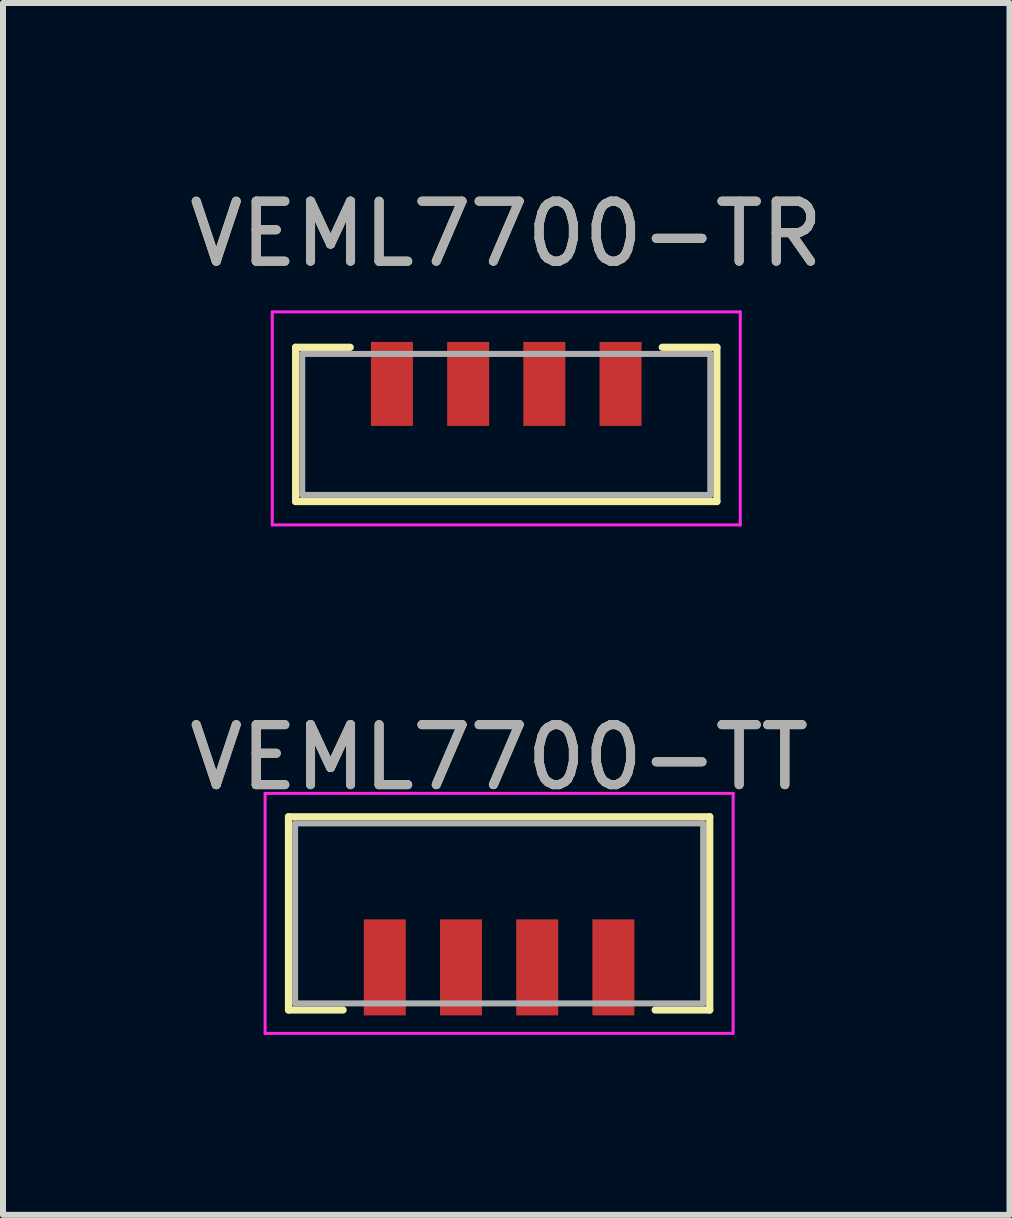
<source format=kicad_pcb>
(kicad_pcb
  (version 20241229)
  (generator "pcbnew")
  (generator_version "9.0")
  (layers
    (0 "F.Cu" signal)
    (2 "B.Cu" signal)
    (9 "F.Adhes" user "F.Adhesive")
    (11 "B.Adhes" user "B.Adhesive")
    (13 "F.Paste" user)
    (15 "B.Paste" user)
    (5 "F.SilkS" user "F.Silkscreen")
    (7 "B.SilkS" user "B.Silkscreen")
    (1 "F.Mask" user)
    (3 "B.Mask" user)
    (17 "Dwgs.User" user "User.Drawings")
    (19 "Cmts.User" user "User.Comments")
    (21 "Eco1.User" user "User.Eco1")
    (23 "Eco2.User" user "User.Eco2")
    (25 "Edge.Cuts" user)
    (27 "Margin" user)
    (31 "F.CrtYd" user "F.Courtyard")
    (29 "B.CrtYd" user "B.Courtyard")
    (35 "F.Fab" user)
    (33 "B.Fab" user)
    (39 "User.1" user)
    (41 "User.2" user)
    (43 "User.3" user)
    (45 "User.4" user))
  (footprint "VEML7700-TR"
    (layer "F.Cu")
    (at 5.387 3.348)
    (property "Reference" "VEML7700-TR" (at 0 -2.5 0) (layer "F.SilkS") (effects (font (size 1 1) (thickness 0.15))))
    (attr smd)
    (fp_line (start -3.51 -0.61) (end -2.6 -0.61) (stroke (width 0.12) (type solid)) (layer "F.SilkS"))
    (fp_line (start -3.51 1.96) (end -3.51 -0.61) (stroke (width 0.12) (type solid)) (layer "F.SilkS"))
    (fp_line (start 2.6 -0.61) (end 3.51 -0.61) (stroke (width 0.12) (type solid)) (layer "F.SilkS"))
    (fp_line (start 3.51 1.96) (end -3.51 1.96) (stroke (width 0.12) (type solid)) (layer "F.SilkS"))
    (fp_line (start 3.51 1.96) (end 3.51 -0.61) (stroke (width 0.12) (type solid)) (layer "F.SilkS"))
    (fp_line (start -3.9 -1.2) (end 3.9 -1.2) (stroke (width 0.05) (type solid)) (layer "F.CrtYd"))
    (fp_line (start -3.9 2.35) (end -3.9 -1.2) (stroke (width 0.05) (type solid)) (layer "F.CrtYd"))
    (fp_line (start 3.9 -1.2) (end 3.9 2.35) (stroke (width 0.05) (type solid)) (layer "F.CrtYd"))
    (fp_line (start 3.9 2.35) (end -3.9 2.35) (stroke (width 0.05) (type solid)) (layer "F.CrtYd"))
    (fp_line (start -3.4 -0.5) (end -3.4 1.85) (stroke (width 0.1) (type solid)) (layer "F.Fab"))
    (fp_line (start -3.4 -0.5) (end 3.4 -0.5) (stroke (width 0.1) (type solid)) (layer "F.Fab"))
    (fp_line (start 3.4 -0.5) (end 3.4 1.85) (stroke (width 0.1) (type solid)) (layer "F.Fab"))
    (fp_line (start 3.4 1.85) (end -3.4 1.85) (stroke (width 0.1) (type solid)) (layer "F.Fab"))
    (fp_text user "${REFERENCE}" (at 0 -2.5 0) (layer "F.Fab") (effects (font (size 1 1) (thickness 0.15))))
    (pad "1" smd rect (at -1.905 0) (size 0.7 1.4) (layers "F.Cu" "F.Mask" "F.Paste"))
    (pad "2" smd rect (at -0.635 0) (size 0.7 1.4) (layers "F.Cu" "F.Mask" "F.Paste"))
    (pad "3" smd rect (at 0.635 0) (size 0.7 1.4) (layers "F.Cu" "F.Mask" "F.Paste"))
    (pad "4" smd rect (at 1.905 0) (size 0.7 1.4) (layers "F.Cu" "F.Mask" "F.Paste")))
  (footprint "VEML7700-TT"
    (layer "F.Cu")
    (at 5.268 13.072)
    (property "Reference" "VEML7700-TT" (at 0 -3.5 0) (layer "F.SilkS") (effects (font (size 1 1) (thickness 0.15))))
    (attr smd)
    (fp_line (start -3.51 0.71) (end -3.51 -2.51) (stroke (width 0.12) (type solid)) (layer "F.SilkS"))
    (fp_line (start -3.51 0.71) (end -2.6 0.71) (stroke (width 0.12) (type solid)) (layer "F.SilkS"))
    (fp_line (start 2.6 0.71) (end 3.51 0.71) (stroke (width 0.12) (type solid)) (layer "F.SilkS"))
    (fp_line (start 3.51 -2.51) (end -3.51 -2.51) (stroke (width 0.12) (type solid)) (layer "F.SilkS"))
    (fp_line (start 3.51 0.71) (end 3.51 -2.51) (stroke (width 0.12) (type solid)) (layer "F.SilkS"))
    (fp_line (start -3.9 -2.9) (end 3.9 -2.9) (stroke (width 0.05) (type solid)) (layer "F.CrtYd"))
    (fp_line (start -3.9 1.1) (end -3.9 -2.9) (stroke (width 0.05) (type solid)) (layer "F.CrtYd"))
    (fp_line (start 3.9 -2.9) (end 3.9 1.1) (stroke (width 0.05) (type solid)) (layer "F.CrtYd"))
    (fp_line (start 3.9 1.1) (end -3.9 1.1) (stroke (width 0.05) (type solid)) (layer "F.CrtYd"))
    (fp_line (start -3.4 -2.4) (end -3.4 0.6) (stroke (width 0.1) (type solid)) (layer "F.Fab"))
    (fp_line (start -3.4 -2.4) (end 3.4 -2.4) (stroke (width 0.1) (type solid)) (layer "F.Fab"))
    (fp_line (start 3.4 -2.4) (end 3.4 0.6) (stroke (width 0.1) (type solid)) (layer "F.Fab"))
    (fp_line (start 3.4 0.6) (end -3.4 0.6) (stroke (width 0.1) (type solid)) (layer "F.Fab"))
    (fp_text user "${REFERENCE}" (at 0 -3.5 0) (layer "F.Fab") (effects (font (size 1 1) (thickness 0.15))))
    (pad "1" smd rect (at -1.905 0) (size 0.7 1.6) (layers "F.Cu" "F.Mask" "F.Paste"))
    (pad "2" smd rect (at -0.635 0) (size 0.7 1.6) (layers "F.Cu" "F.Mask" "F.Paste"))
    (pad "3" smd rect (at 0.635 0) (size 0.7 1.6) (layers "F.Cu" "F.Mask" "F.Paste"))
    (pad "4" smd rect (at 1.905 0) (size 0.7 1.6) (layers "F.Cu" "F.Mask" "F.Paste")))
  (gr_rect
    (start -3 -3)
    (end 13.774 17.197)
    (stroke (width 0.1) (type default))
    (fill no)
    (layer "Edge.Cuts")))
</source>
